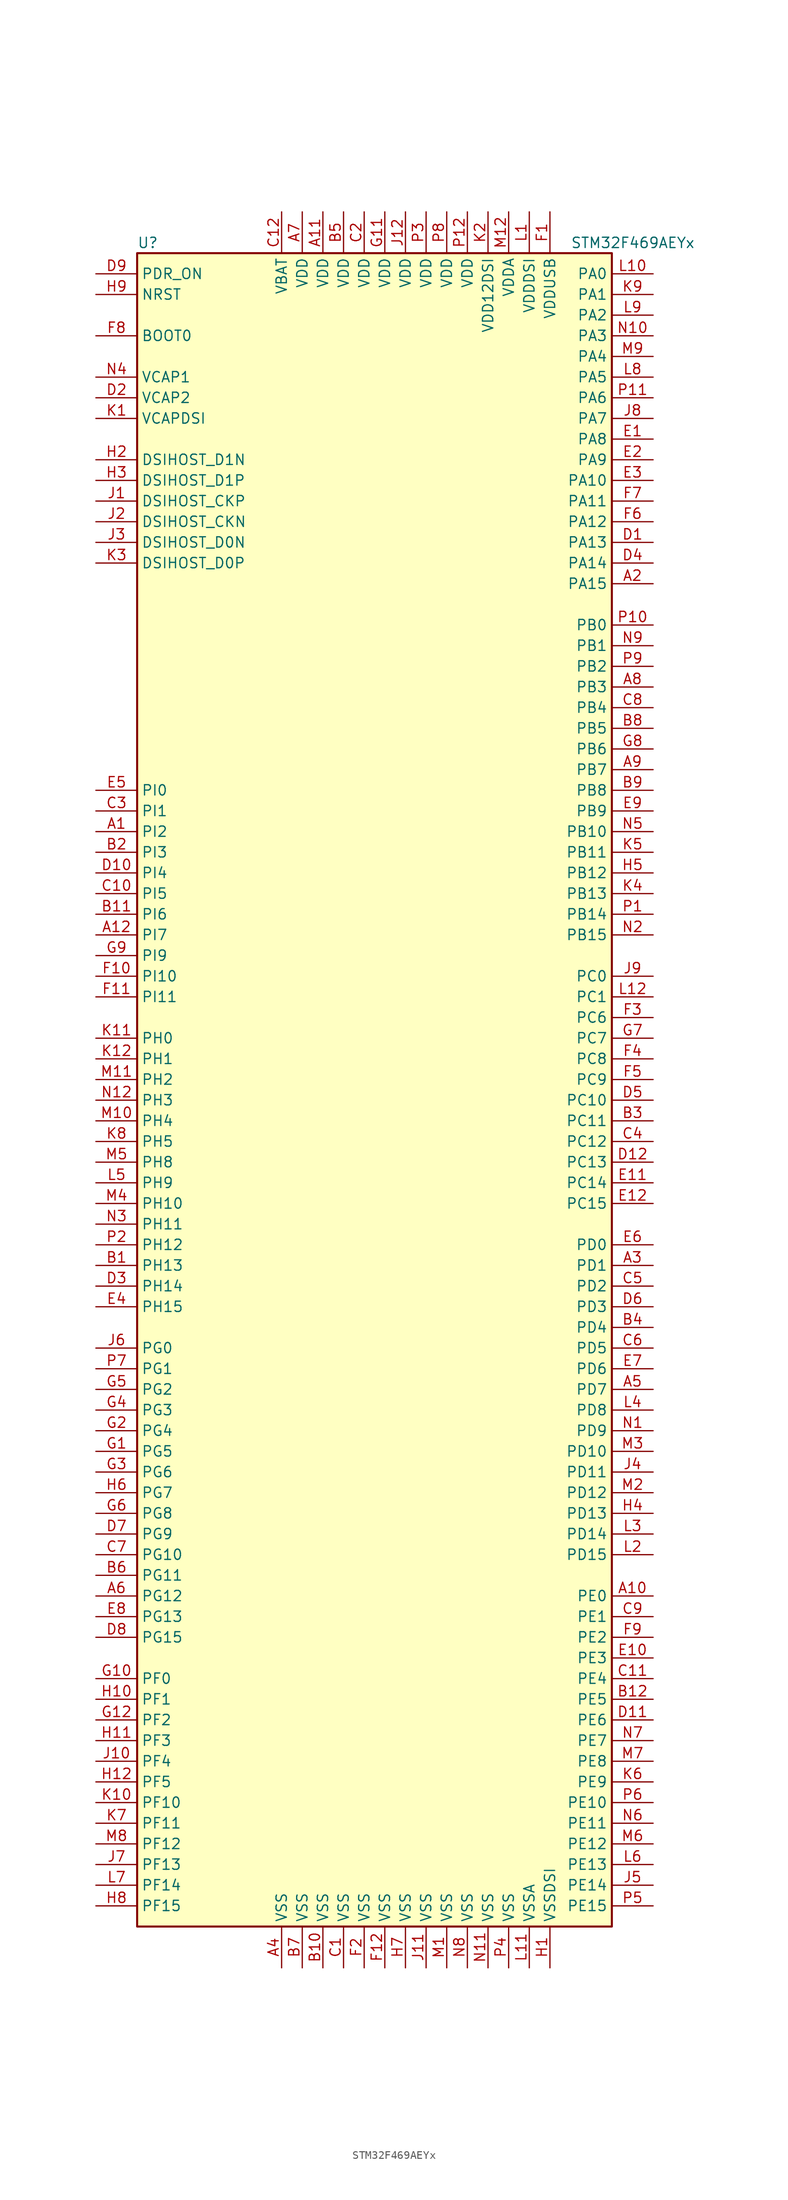
<source format=kicad_sym>
(kicad_symbol_lib
  (version 20220914)
  (generator kicad_symbol_editor)
  (symbol "STM32F469AEYx"
    (property "Reference" "U"
      (at -30.48 102.87 0)
      (effects (font (size 1.27 1.27)) (justify left)))
    (property "Value" "STM32F469AEYx"
      (at 22.86 102.87 0)
      (effects (font (size 1.27 1.27)) (justify left)))
    (symbol "STM32F469AEYx_0_1"
      (rectangle (start -30.48 -104.14) (end 27.94 101.6) (stroke (width 0.254) (type default)) (fill (type background))))
    (symbol "STM32F469AEYx_1_1"
      (pin bidirectional line (at -35.56 30.48 0) (length 5.08) (name "PI2" (effects (font (size 1.27 1.27)))) (number "A1" (effects (font (size 1.27 1.27)))))
      (pin bidirectional line (at 33.02 -63.5 180) (length 5.08) (name "PE0" (effects (font (size 1.27 1.27)))) (number "A10" (effects (font (size 1.27 1.27)))))
      (pin power_in line (at -7.62 106.68 270) (length 5.08) (name "VDD" (effects (font (size 1.27 1.27)))) (number "A11" (effects (font (size 1.27 1.27)))))
      (pin bidirectional line (at -35.56 17.78 0) (length 5.08) (name "PI7" (effects (font (size 1.27 1.27)))) (number "A12" (effects (font (size 1.27 1.27)))))
      (pin bidirectional line (at 33.02 60.96 180) (length 5.08) (name "PA15" (effects (font (size 1.27 1.27)))) (number "A2" (effects (font (size 1.27 1.27)))))
      (pin bidirectional line (at 33.02 -22.86 180) (length 5.08) (name "PD1" (effects (font (size 1.27 1.27)))) (number "A3" (effects (font (size 1.27 1.27)))))
      (pin power_in line (at -12.7 -109.22 90) (length 5.08) (name "VSS" (effects (font (size 1.27 1.27)))) (number "A4" (effects (font (size 1.27 1.27)))))
      (pin bidirectional line (at 33.02 -38.1 180) (length 5.08) (name "PD7" (effects (font (size 1.27 1.27)))) (number "A5" (effects (font (size 1.27 1.27)))))
      (pin bidirectional line (at -35.56 -63.5 0) (length 5.08) (name "PG12" (effects (font (size 1.27 1.27)))) (number "A6" (effects (font (size 1.27 1.27)))))
      (pin power_in line (at -10.16 106.68 270) (length 5.08) (name "VDD" (effects (font (size 1.27 1.27)))) (number "A7" (effects (font (size 1.27 1.27)))))
      (pin bidirectional line (at 33.02 48.26 180) (length 5.08) (name "PB3" (effects (font (size 1.27 1.27)))) (number "A8" (effects (font (size 1.27 1.27)))))
      (pin bidirectional line (at 33.02 38.1 180) (length 5.08) (name "PB7" (effects (font (size 1.27 1.27)))) (number "A9" (effects (font (size 1.27 1.27)))))
      (pin bidirectional line (at -35.56 -22.86 0) (length 5.08) (name "PH13" (effects (font (size 1.27 1.27)))) (number "B1" (effects (font (size 1.27 1.27)))))
      (pin power_in line (at -7.62 -109.22 90) (length 5.08) (name "VSS" (effects (font (size 1.27 1.27)))) (number "B10" (effects (font (size 1.27 1.27)))))
      (pin bidirectional line (at -35.56 20.32 0) (length 5.08) (name "PI6" (effects (font (size 1.27 1.27)))) (number "B11" (effects (font (size 1.27 1.27)))))
      (pin bidirectional line (at 33.02 -76.2 180) (length 5.08) (name "PE5" (effects (font (size 1.27 1.27)))) (number "B12" (effects (font (size 1.27 1.27)))))
      (pin bidirectional line (at -35.56 27.94 0) (length 5.08) (name "PI3" (effects (font (size 1.27 1.27)))) (number "B2" (effects (font (size 1.27 1.27)))))
      (pin bidirectional line (at 33.02 -5.08 180) (length 5.08) (name "PC11" (effects (font (size 1.27 1.27)))) (number "B3" (effects (font (size 1.27 1.27)))))
      (pin bidirectional line (at 33.02 -30.48 180) (length 5.08) (name "PD4" (effects (font (size 1.27 1.27)))) (number "B4" (effects (font (size 1.27 1.27)))))
      (pin power_in line (at -5.08 106.68 270) (length 5.08) (name "VDD" (effects (font (size 1.27 1.27)))) (number "B5" (effects (font (size 1.27 1.27)))))
      (pin bidirectional line (at -35.56 -60.96 0) (length 5.08) (name "PG11" (effects (font (size 1.27 1.27)))) (number "B6" (effects (font (size 1.27 1.27)))))
      (pin power_in line (at -10.16 -109.22 90) (length 5.08) (name "VSS" (effects (font (size 1.27 1.27)))) (number "B7" (effects (font (size 1.27 1.27)))))
      (pin bidirectional line (at 33.02 43.18 180) (length 5.08) (name "PB5" (effects (font (size 1.27 1.27)))) (number "B8" (effects (font (size 1.27 1.27)))))
      (pin bidirectional line (at 33.02 35.56 180) (length 5.08) (name "PB8" (effects (font (size 1.27 1.27)))) (number "B9" (effects (font (size 1.27 1.27)))))
      (pin power_in line (at -5.08 -109.22 90) (length 5.08) (name "VSS" (effects (font (size 1.27 1.27)))) (number "C1" (effects (font (size 1.27 1.27)))))
      (pin bidirectional line (at -35.56 22.86 0) (length 5.08) (name "PI5" (effects (font (size 1.27 1.27)))) (number "C10" (effects (font (size 1.27 1.27)))))
      (pin bidirectional line (at 33.02 -73.66 180) (length 5.08) (name "PE4" (effects (font (size 1.27 1.27)))) (number "C11" (effects (font (size 1.27 1.27)))))
      (pin power_in line (at -12.7 106.68 270) (length 5.08) (name "VBAT" (effects (font (size 1.27 1.27)))) (number "C12" (effects (font (size 1.27 1.27)))))
      (pin power_in line (at -2.54 106.68 270) (length 5.08) (name "VDD" (effects (font (size 1.27 1.27)))) (number "C2" (effects (font (size 1.27 1.27)))))
      (pin bidirectional line (at -35.56 33.02 0) (length 5.08) (name "PI1" (effects (font (size 1.27 1.27)))) (number "C3" (effects (font (size 1.27 1.27)))))
      (pin bidirectional line (at 33.02 -7.62 180) (length 5.08) (name "PC12" (effects (font (size 1.27 1.27)))) (number "C4" (effects (font (size 1.27 1.27)))))
      (pin bidirectional line (at 33.02 -25.4 180) (length 5.08) (name "PD2" (effects (font (size 1.27 1.27)))) (number "C5" (effects (font (size 1.27 1.27)))))
      (pin bidirectional line (at 33.02 -33.02 180) (length 5.08) (name "PD5" (effects (font (size 1.27 1.27)))) (number "C6" (effects (font (size 1.27 1.27)))))
      (pin bidirectional line (at -35.56 -58.42 0) (length 5.08) (name "PG10" (effects (font (size 1.27 1.27)))) (number "C7" (effects (font (size 1.27 1.27)))))
      (pin bidirectional line (at 33.02 45.72 180) (length 5.08) (name "PB4" (effects (font (size 1.27 1.27)))) (number "C8" (effects (font (size 1.27 1.27)))))
      (pin bidirectional line (at 33.02 -66.04 180) (length 5.08) (name "PE1" (effects (font (size 1.27 1.27)))) (number "C9" (effects (font (size 1.27 1.27)))))
      (pin bidirectional line (at 33.02 66.04 180) (length 5.08) (name "PA13" (effects (font (size 1.27 1.27)))) (number "D1" (effects (font (size 1.27 1.27)))))
      (pin bidirectional line (at -35.56 25.4 0) (length 5.08) (name "PI4" (effects (font (size 1.27 1.27)))) (number "D10" (effects (font (size 1.27 1.27)))))
      (pin bidirectional line (at 33.02 -78.74 180) (length 5.08) (name "PE6" (effects (font (size 1.27 1.27)))) (number "D11" (effects (font (size 1.27 1.27)))))
      (pin bidirectional line (at 33.02 -10.16 180) (length 5.08) (name "PC13" (effects (font (size 1.27 1.27)))) (number "D12" (effects (font (size 1.27 1.27)))))
      (pin power_in line (at -35.56 83.82 0) (length 5.08) (name "VCAP2" (effects (font (size 1.27 1.27)))) (number "D2" (effects (font (size 1.27 1.27)))))
      (pin bidirectional line (at -35.56 -25.4 0) (length 5.08) (name "PH14" (effects (font (size 1.27 1.27)))) (number "D3" (effects (font (size 1.27 1.27)))))
      (pin bidirectional line (at 33.02 63.5 180) (length 5.08) (name "PA14" (effects (font (size 1.27 1.27)))) (number "D4" (effects (font (size 1.27 1.27)))))
      (pin bidirectional line (at 33.02 -2.54 180) (length 5.08) (name "PC10" (effects (font (size 1.27 1.27)))) (number "D5" (effects (font (size 1.27 1.27)))))
      (pin bidirectional line (at 33.02 -27.94 180) (length 5.08) (name "PD3" (effects (font (size 1.27 1.27)))) (number "D6" (effects (font (size 1.27 1.27)))))
      (pin bidirectional line (at -35.56 -55.88 0) (length 5.08) (name "PG9" (effects (font (size 1.27 1.27)))) (number "D7" (effects (font (size 1.27 1.27)))))
      (pin bidirectional line (at -35.56 -68.58 0) (length 5.08) (name "PG15" (effects (font (size 1.27 1.27)))) (number "D8" (effects (font (size 1.27 1.27)))))
      (pin input line (at -35.56 99.06 0) (length 5.08) (name "PDR_ON" (effects (font (size 1.27 1.27)))) (number "D9" (effects (font (size 1.27 1.27)))))
      (pin bidirectional line (at 33.02 78.74 180) (length 5.08) (name "PA8" (effects (font (size 1.27 1.27)))) (number "E1" (effects (font (size 1.27 1.27)))))
      (pin bidirectional line (at 33.02 -71.12 180) (length 5.08) (name "PE3" (effects (font (size 1.27 1.27)))) (number "E10" (effects (font (size 1.27 1.27)))))
      (pin bidirectional line (at 33.02 -12.7 180) (length 5.08) (name "PC14" (effects (font (size 1.27 1.27)))) (number "E11" (effects (font (size 1.27 1.27)))))
      (pin bidirectional line (at 33.02 -15.24 180) (length 5.08) (name "PC15" (effects (font (size 1.27 1.27)))) (number "E12" (effects (font (size 1.27 1.27)))))
      (pin bidirectional line (at 33.02 76.2 180) (length 5.08) (name "PA9" (effects (font (size 1.27 1.27)))) (number "E2" (effects (font (size 1.27 1.27)))))
      (pin bidirectional line (at 33.02 73.66 180) (length 5.08) (name "PA10" (effects (font (size 1.27 1.27)))) (number "E3" (effects (font (size 1.27 1.27)))))
      (pin bidirectional line (at -35.56 -27.94 0) (length 5.08) (name "PH15" (effects (font (size 1.27 1.27)))) (number "E4" (effects (font (size 1.27 1.27)))))
      (pin bidirectional line (at -35.56 35.56 0) (length 5.08) (name "PI0" (effects (font (size 1.27 1.27)))) (number "E5" (effects (font (size 1.27 1.27)))))
      (pin bidirectional line (at 33.02 -20.32 180) (length 5.08) (name "PD0" (effects (font (size 1.27 1.27)))) (number "E6" (effects (font (size 1.27 1.27)))))
      (pin bidirectional line (at 33.02 -35.56 180) (length 5.08) (name "PD6" (effects (font (size 1.27 1.27)))) (number "E7" (effects (font (size 1.27 1.27)))))
      (pin bidirectional line (at -35.56 -66.04 0) (length 5.08) (name "PG13" (effects (font (size 1.27 1.27)))) (number "E8" (effects (font (size 1.27 1.27)))))
      (pin bidirectional line (at 33.02 33.02 180) (length 5.08) (name "PB9" (effects (font (size 1.27 1.27)))) (number "E9" (effects (font (size 1.27 1.27)))))
      (pin power_in line (at 20.32 106.68 270) (length 5.08) (name "VDDUSB" (effects (font (size 1.27 1.27)))) (number "F1" (effects (font (size 1.27 1.27)))))
      (pin bidirectional line (at -35.56 12.7 0) (length 5.08) (name "PI10" (effects (font (size 1.27 1.27)))) (number "F10" (effects (font (size 1.27 1.27)))))
      (pin bidirectional line (at -35.56 10.16 0) (length 5.08) (name "PI11" (effects (font (size 1.27 1.27)))) (number "F11" (effects (font (size 1.27 1.27)))))
      (pin power_in line (at 0 -109.22 90) (length 5.08) (name "VSS" (effects (font (size 1.27 1.27)))) (number "F12" (effects (font (size 1.27 1.27)))))
      (pin power_in line (at -2.54 -109.22 90) (length 5.08) (name "VSS" (effects (font (size 1.27 1.27)))) (number "F2" (effects (font (size 1.27 1.27)))))
      (pin bidirectional line (at 33.02 7.62 180) (length 5.08) (name "PC6" (effects (font (size 1.27 1.27)))) (number "F3" (effects (font (size 1.27 1.27)))))
      (pin bidirectional line (at 33.02 2.54 180) (length 5.08) (name "PC8" (effects (font (size 1.27 1.27)))) (number "F4" (effects (font (size 1.27 1.27)))))
      (pin bidirectional line (at 33.02 0 180) (length 5.08) (name "PC9" (effects (font (size 1.27 1.27)))) (number "F5" (effects (font (size 1.27 1.27)))))
      (pin bidirectional line (at 33.02 68.58 180) (length 5.08) (name "PA12" (effects (font (size 1.27 1.27)))) (number "F6" (effects (font (size 1.27 1.27)))))
      (pin bidirectional line (at 33.02 71.12 180) (length 5.08) (name "PA11" (effects (font (size 1.27 1.27)))) (number "F7" (effects (font (size 1.27 1.27)))))
      (pin input line (at -35.56 91.44 0) (length 5.08) (name "BOOT0" (effects (font (size 1.27 1.27)))) (number "F8" (effects (font (size 1.27 1.27)))))
      (pin bidirectional line (at 33.02 -68.58 180) (length 5.08) (name "PE2" (effects (font (size 1.27 1.27)))) (number "F9" (effects (font (size 1.27 1.27)))))
      (pin bidirectional line (at -35.56 -45.72 0) (length 5.08) (name "PG5" (effects (font (size 1.27 1.27)))) (number "G1" (effects (font (size 1.27 1.27)))))
      (pin bidirectional line (at -35.56 -73.66 0) (length 5.08) (name "PF0" (effects (font (size 1.27 1.27)))) (number "G10" (effects (font (size 1.27 1.27)))))
      (pin power_in line (at 0 106.68 270) (length 5.08) (name "VDD" (effects (font (size 1.27 1.27)))) (number "G11" (effects (font (size 1.27 1.27)))))
      (pin bidirectional line (at -35.56 -78.74 0) (length 5.08) (name "PF2" (effects (font (size 1.27 1.27)))) (number "G12" (effects (font (size 1.27 1.27)))))
      (pin bidirectional line (at -35.56 -43.18 0) (length 5.08) (name "PG4" (effects (font (size 1.27 1.27)))) (number "G2" (effects (font (size 1.27 1.27)))))
      (pin bidirectional line (at -35.56 -48.26 0) (length 5.08) (name "PG6" (effects (font (size 1.27 1.27)))) (number "G3" (effects (font (size 1.27 1.27)))))
      (pin bidirectional line (at -35.56 -40.64 0) (length 5.08) (name "PG3" (effects (font (size 1.27 1.27)))) (number "G4" (effects (font (size 1.27 1.27)))))
      (pin bidirectional line (at -35.56 -38.1 0) (length 5.08) (name "PG2" (effects (font (size 1.27 1.27)))) (number "G5" (effects (font (size 1.27 1.27)))))
      (pin bidirectional line (at -35.56 -53.34 0) (length 5.08) (name "PG8" (effects (font (size 1.27 1.27)))) (number "G6" (effects (font (size 1.27 1.27)))))
      (pin bidirectional line (at 33.02 5.08 180) (length 5.08) (name "PC7" (effects (font (size 1.27 1.27)))) (number "G7" (effects (font (size 1.27 1.27)))))
      (pin bidirectional line (at 33.02 40.64 180) (length 5.08) (name "PB6" (effects (font (size 1.27 1.27)))) (number "G8" (effects (font (size 1.27 1.27)))))
      (pin bidirectional line (at -35.56 15.24 0) (length 5.08) (name "PI9" (effects (font (size 1.27 1.27)))) (number "G9" (effects (font (size 1.27 1.27)))))
      (pin power_in line (at 20.32 -109.22 90) (length 5.08) (name "VSSDSI" (effects (font (size 1.27 1.27)))) (number "H1" (effects (font (size 1.27 1.27)))))
      (pin bidirectional line (at -35.56 -76.2 0) (length 5.08) (name "PF1" (effects (font (size 1.27 1.27)))) (number "H10" (effects (font (size 1.27 1.27)))))
      (pin bidirectional line (at -35.56 -81.28 0) (length 5.08) (name "PF3" (effects (font (size 1.27 1.27)))) (number "H11" (effects (font (size 1.27 1.27)))))
      (pin bidirectional line (at -35.56 -86.36 0) (length 5.08) (name "PF5" (effects (font (size 1.27 1.27)))) (number "H12" (effects (font (size 1.27 1.27)))))
      (pin bidirectional line (at -35.56 76.2 0) (length 5.08) (name "DSIHOST_D1N" (effects (font (size 1.27 1.27)))) (number "H2" (effects (font (size 1.27 1.27)))))
      (pin bidirectional line (at -35.56 73.66 0) (length 5.08) (name "DSIHOST_D1P" (effects (font (size 1.27 1.27)))) (number "H3" (effects (font (size 1.27 1.27)))))
      (pin bidirectional line (at 33.02 -53.34 180) (length 5.08) (name "PD13" (effects (font (size 1.27 1.27)))) (number "H4" (effects (font (size 1.27 1.27)))))
      (pin bidirectional line (at 33.02 25.4 180) (length 5.08) (name "PB12" (effects (font (size 1.27 1.27)))) (number "H5" (effects (font (size 1.27 1.27)))))
      (pin bidirectional line (at -35.56 -50.8 0) (length 5.08) (name "PG7" (effects (font (size 1.27 1.27)))) (number "H6" (effects (font (size 1.27 1.27)))))
      (pin power_in line (at 2.54 -109.22 90) (length 5.08) (name "VSS" (effects (font (size 1.27 1.27)))) (number "H7" (effects (font (size 1.27 1.27)))))
      (pin bidirectional line (at -35.56 -101.6 0) (length 5.08) (name "PF15" (effects (font (size 1.27 1.27)))) (number "H8" (effects (font (size 1.27 1.27)))))
      (pin input line (at -35.56 96.52 0) (length 5.08) (name "NRST" (effects (font (size 1.27 1.27)))) (number "H9" (effects (font (size 1.27 1.27)))))
      (pin bidirectional line (at -35.56 71.12 0) (length 5.08) (name "DSIHOST_CKP" (effects (font (size 1.27 1.27)))) (number "J1" (effects (font (size 1.27 1.27)))))
      (pin bidirectional line (at -35.56 -83.82 0) (length 5.08) (name "PF4" (effects (font (size 1.27 1.27)))) (number "J10" (effects (font (size 1.27 1.27)))))
      (pin power_in line (at 5.08 -109.22 90) (length 5.08) (name "VSS" (effects (font (size 1.27 1.27)))) (number "J11" (effects (font (size 1.27 1.27)))))
      (pin power_in line (at 2.54 106.68 270) (length 5.08) (name "VDD" (effects (font (size 1.27 1.27)))) (number "J12" (effects (font (size 1.27 1.27)))))
      (pin bidirectional line (at -35.56 68.58 0) (length 5.08) (name "DSIHOST_CKN" (effects (font (size 1.27 1.27)))) (number "J2" (effects (font (size 1.27 1.27)))))
      (pin bidirectional line (at -35.56 66.04 0) (length 5.08) (name "DSIHOST_D0N" (effects (font (size 1.27 1.27)))) (number "J3" (effects (font (size 1.27 1.27)))))
      (pin bidirectional line (at 33.02 -48.26 180) (length 5.08) (name "PD11" (effects (font (size 1.27 1.27)))) (number "J4" (effects (font (size 1.27 1.27)))))
      (pin bidirectional line (at 33.02 -99.06 180) (length 5.08) (name "PE14" (effects (font (size 1.27 1.27)))) (number "J5" (effects (font (size 1.27 1.27)))))
      (pin bidirectional line (at -35.56 -33.02 0) (length 5.08) (name "PG0" (effects (font (size 1.27 1.27)))) (number "J6" (effects (font (size 1.27 1.27)))))
      (pin bidirectional line (at -35.56 -96.52 0) (length 5.08) (name "PF13" (effects (font (size 1.27 1.27)))) (number "J7" (effects (font (size 1.27 1.27)))))
      (pin bidirectional line (at 33.02 81.28 180) (length 5.08) (name "PA7" (effects (font (size 1.27 1.27)))) (number "J8" (effects (font (size 1.27 1.27)))))
      (pin bidirectional line (at 33.02 12.7 180) (length 5.08) (name "PC0" (effects (font (size 1.27 1.27)))) (number "J9" (effects (font (size 1.27 1.27)))))
      (pin power_in line (at -35.56 81.28 0) (length 5.08) (name "VCAPDSI" (effects (font (size 1.27 1.27)))) (number "K1" (effects (font (size 1.27 1.27)))))
      (pin bidirectional line (at -35.56 -88.9 0) (length 5.08) (name "PF10" (effects (font (size 1.27 1.27)))) (number "K10" (effects (font (size 1.27 1.27)))))
      (pin input line (at -35.56 5.08 0) (length 5.08) (name "PH0" (effects (font (size 1.27 1.27)))) (number "K11" (effects (font (size 1.27 1.27)))))
      (pin input line (at -35.56 2.54 0) (length 5.08) (name "PH1" (effects (font (size 1.27 1.27)))) (number "K12" (effects (font (size 1.27 1.27)))))
      (pin power_in line (at 12.7 106.68 270) (length 5.08) (name "VDD12DSI" (effects (font (size 1.27 1.27)))) (number "K2" (effects (font (size 1.27 1.27)))))
      (pin bidirectional line (at -35.56 63.5 0) (length 5.08) (name "DSIHOST_D0P" (effects (font (size 1.27 1.27)))) (number "K3" (effects (font (size 1.27 1.27)))))
      (pin bidirectional line (at 33.02 22.86 180) (length 5.08) (name "PB13" (effects (font (size 1.27 1.27)))) (number "K4" (effects (font (size 1.27 1.27)))))
      (pin bidirectional line (at 33.02 27.94 180) (length 5.08) (name "PB11" (effects (font (size 1.27 1.27)))) (number "K5" (effects (font (size 1.27 1.27)))))
      (pin bidirectional line (at 33.02 -86.36 180) (length 5.08) (name "PE9" (effects (font (size 1.27 1.27)))) (number "K6" (effects (font (size 1.27 1.27)))))
      (pin bidirectional line (at -35.56 -91.44 0) (length 5.08) (name "PF11" (effects (font (size 1.27 1.27)))) (number "K7" (effects (font (size 1.27 1.27)))))
      (pin bidirectional line (at -35.56 -7.62 0) (length 5.08) (name "PH5" (effects (font (size 1.27 1.27)))) (number "K8" (effects (font (size 1.27 1.27)))))
      (pin bidirectional line (at 33.02 96.52 180) (length 5.08) (name "PA1" (effects (font (size 1.27 1.27)))) (number "K9" (effects (font (size 1.27 1.27)))))
      (pin power_in line (at 17.78 106.68 270) (length 5.08) (name "VDDDSI" (effects (font (size 1.27 1.27)))) (number "L1" (effects (font (size 1.27 1.27)))))
      (pin bidirectional line (at 33.02 99.06 180) (length 5.08) (name "PA0" (effects (font (size 1.27 1.27)))) (number "L10" (effects (font (size 1.27 1.27)))))
      (pin power_in line (at 17.78 -109.22 90) (length 5.08) (name "VSSA" (effects (font (size 1.27 1.27)))) (number "L11" (effects (font (size 1.27 1.27)))))
      (pin bidirectional line (at 33.02 10.16 180) (length 5.08) (name "PC1" (effects (font (size 1.27 1.27)))) (number "L12" (effects (font (size 1.27 1.27)))))
      (pin bidirectional line (at 33.02 -58.42 180) (length 5.08) (name "PD15" (effects (font (size 1.27 1.27)))) (number "L2" (effects (font (size 1.27 1.27)))))
      (pin bidirectional line (at 33.02 -55.88 180) (length 5.08) (name "PD14" (effects (font (size 1.27 1.27)))) (number "L3" (effects (font (size 1.27 1.27)))))
      (pin bidirectional line (at 33.02 -40.64 180) (length 5.08) (name "PD8" (effects (font (size 1.27 1.27)))) (number "L4" (effects (font (size 1.27 1.27)))))
      (pin bidirectional line (at -35.56 -12.7 0) (length 5.08) (name "PH9" (effects (font (size 1.27 1.27)))) (number "L5" (effects (font (size 1.27 1.27)))))
      (pin bidirectional line (at 33.02 -96.52 180) (length 5.08) (name "PE13" (effects (font (size 1.27 1.27)))) (number "L6" (effects (font (size 1.27 1.27)))))
      (pin bidirectional line (at -35.56 -99.06 0) (length 5.08) (name "PF14" (effects (font (size 1.27 1.27)))) (number "L7" (effects (font (size 1.27 1.27)))))
      (pin bidirectional line (at 33.02 86.36 180) (length 5.08) (name "PA5" (effects (font (size 1.27 1.27)))) (number "L8" (effects (font (size 1.27 1.27)))))
      (pin bidirectional line (at 33.02 93.98 180) (length 5.08) (name "PA2" (effects (font (size 1.27 1.27)))) (number "L9" (effects (font (size 1.27 1.27)))))
      (pin power_in line (at 7.62 -109.22 90) (length 5.08) (name "VSS" (effects (font (size 1.27 1.27)))) (number "M1" (effects (font (size 1.27 1.27)))))
      (pin bidirectional line (at -35.56 -5.08 0) (length 5.08) (name "PH4" (effects (font (size 1.27 1.27)))) (number "M10" (effects (font (size 1.27 1.27)))))
      (pin bidirectional line (at -35.56 0 0) (length 5.08) (name "PH2" (effects (font (size 1.27 1.27)))) (number "M11" (effects (font (size 1.27 1.27)))))
      (pin power_in line (at 15.24 106.68 270) (length 5.08) (name "VDDA" (effects (font (size 1.27 1.27)))) (number "M12" (effects (font (size 1.27 1.27)))))
      (pin bidirectional line (at 33.02 -50.8 180) (length 5.08) (name "PD12" (effects (font (size 1.27 1.27)))) (number "M2" (effects (font (size 1.27 1.27)))))
      (pin bidirectional line (at 33.02 -45.72 180) (length 5.08) (name "PD10" (effects (font (size 1.27 1.27)))) (number "M3" (effects (font (size 1.27 1.27)))))
      (pin bidirectional line (at -35.56 -15.24 0) (length 5.08) (name "PH10" (effects (font (size 1.27 1.27)))) (number "M4" (effects (font (size 1.27 1.27)))))
      (pin bidirectional line (at -35.56 -10.16 0) (length 5.08) (name "PH8" (effects (font (size 1.27 1.27)))) (number "M5" (effects (font (size 1.27 1.27)))))
      (pin bidirectional line (at 33.02 -93.98 180) (length 5.08) (name "PE12" (effects (font (size 1.27 1.27)))) (number "M6" (effects (font (size 1.27 1.27)))))
      (pin bidirectional line (at 33.02 -83.82 180) (length 5.08) (name "PE8" (effects (font (size 1.27 1.27)))) (number "M7" (effects (font (size 1.27 1.27)))))
      (pin bidirectional line (at -35.56 -93.98 0) (length 5.08) (name "PF12" (effects (font (size 1.27 1.27)))) (number "M8" (effects (font (size 1.27 1.27)))))
      (pin bidirectional line (at 33.02 88.9 180) (length 5.08) (name "PA4" (effects (font (size 1.27 1.27)))) (number "M9" (effects (font (size 1.27 1.27)))))
      (pin bidirectional line (at 33.02 -43.18 180) (length 5.08) (name "PD9" (effects (font (size 1.27 1.27)))) (number "N1" (effects (font (size 1.27 1.27)))))
      (pin bidirectional line (at 33.02 91.44 180) (length 5.08) (name "PA3" (effects (font (size 1.27 1.27)))) (number "N10" (effects (font (size 1.27 1.27)))))
      (pin power_in line (at 12.7 -109.22 90) (length 5.08) (name "VSS" (effects (font (size 1.27 1.27)))) (number "N11" (effects (font (size 1.27 1.27)))))
      (pin bidirectional line (at -35.56 -2.54 0) (length 5.08) (name "PH3" (effects (font (size 1.27 1.27)))) (number "N12" (effects (font (size 1.27 1.27)))))
      (pin bidirectional line (at 33.02 17.78 180) (length 5.08) (name "PB15" (effects (font (size 1.27 1.27)))) (number "N2" (effects (font (size 1.27 1.27)))))
      (pin bidirectional line (at -35.56 -17.78 0) (length 5.08) (name "PH11" (effects (font (size 1.27 1.27)))) (number "N3" (effects (font (size 1.27 1.27)))))
      (pin power_in line (at -35.56 86.36 0) (length 5.08) (name "VCAP1" (effects (font (size 1.27 1.27)))) (number "N4" (effects (font (size 1.27 1.27)))))
      (pin bidirectional line (at 33.02 30.48 180) (length 5.08) (name "PB10" (effects (font (size 1.27 1.27)))) (number "N5" (effects (font (size 1.27 1.27)))))
      (pin bidirectional line (at 33.02 -91.44 180) (length 5.08) (name "PE11" (effects (font (size 1.27 1.27)))) (number "N6" (effects (font (size 1.27 1.27)))))
      (pin bidirectional line (at 33.02 -81.28 180) (length 5.08) (name "PE7" (effects (font (size 1.27 1.27)))) (number "N7" (effects (font (size 1.27 1.27)))))
      (pin power_in line (at 10.16 -109.22 90) (length 5.08) (name "VSS" (effects (font (size 1.27 1.27)))) (number "N8" (effects (font (size 1.27 1.27)))))
      (pin bidirectional line (at 33.02 53.34 180) (length 5.08) (name "PB1" (effects (font (size 1.27 1.27)))) (number "N9" (effects (font (size 1.27 1.27)))))
      (pin bidirectional line (at 33.02 20.32 180) (length 5.08) (name "PB14" (effects (font (size 1.27 1.27)))) (number "P1" (effects (font (size 1.27 1.27)))))
      (pin bidirectional line (at 33.02 55.88 180) (length 5.08) (name "PB0" (effects (font (size 1.27 1.27)))) (number "P10" (effects (font (size 1.27 1.27)))))
      (pin bidirectional line (at 33.02 83.82 180) (length 5.08) (name "PA6" (effects (font (size 1.27 1.27)))) (number "P11" (effects (font (size 1.27 1.27)))))
      (pin power_in line (at 10.16 106.68 270) (length 5.08) (name "VDD" (effects (font (size 1.27 1.27)))) (number "P12" (effects (font (size 1.27 1.27)))))
      (pin bidirectional line (at -35.56 -20.32 0) (length 5.08) (name "PH12" (effects (font (size 1.27 1.27)))) (number "P2" (effects (font (size 1.27 1.27)))))
      (pin power_in line (at 5.08 106.68 270) (length 5.08) (name "VDD" (effects (font (size 1.27 1.27)))) (number "P3" (effects (font (size 1.27 1.27)))))
      (pin power_in line (at 15.24 -109.22 90) (length 5.08) (name "VSS" (effects (font (size 1.27 1.27)))) (number "P4" (effects (font (size 1.27 1.27)))))
      (pin bidirectional line (at 33.02 -101.6 180) (length 5.08) (name "PE15" (effects (font (size 1.27 1.27)))) (number "P5" (effects (font (size 1.27 1.27)))))
      (pin bidirectional line (at 33.02 -88.9 180) (length 5.08) (name "PE10" (effects (font (size 1.27 1.27)))) (number "P6" (effects (font (size 1.27 1.27)))))
      (pin bidirectional line (at -35.56 -35.56 0) (length 5.08) (name "PG1" (effects (font (size 1.27 1.27)))) (number "P7" (effects (font (size 1.27 1.27)))))
      (pin power_in line (at 7.62 106.68 270) (length 5.08) (name "VDD" (effects (font (size 1.27 1.27)))) (number "P8" (effects (font (size 1.27 1.27)))))
      (pin bidirectional line (at 33.02 50.8 180) (length 5.08) (name "PB2" (effects (font (size 1.27 1.27)))) (number "P9" (effects (font (size 1.27 1.27))))))))
</source>
